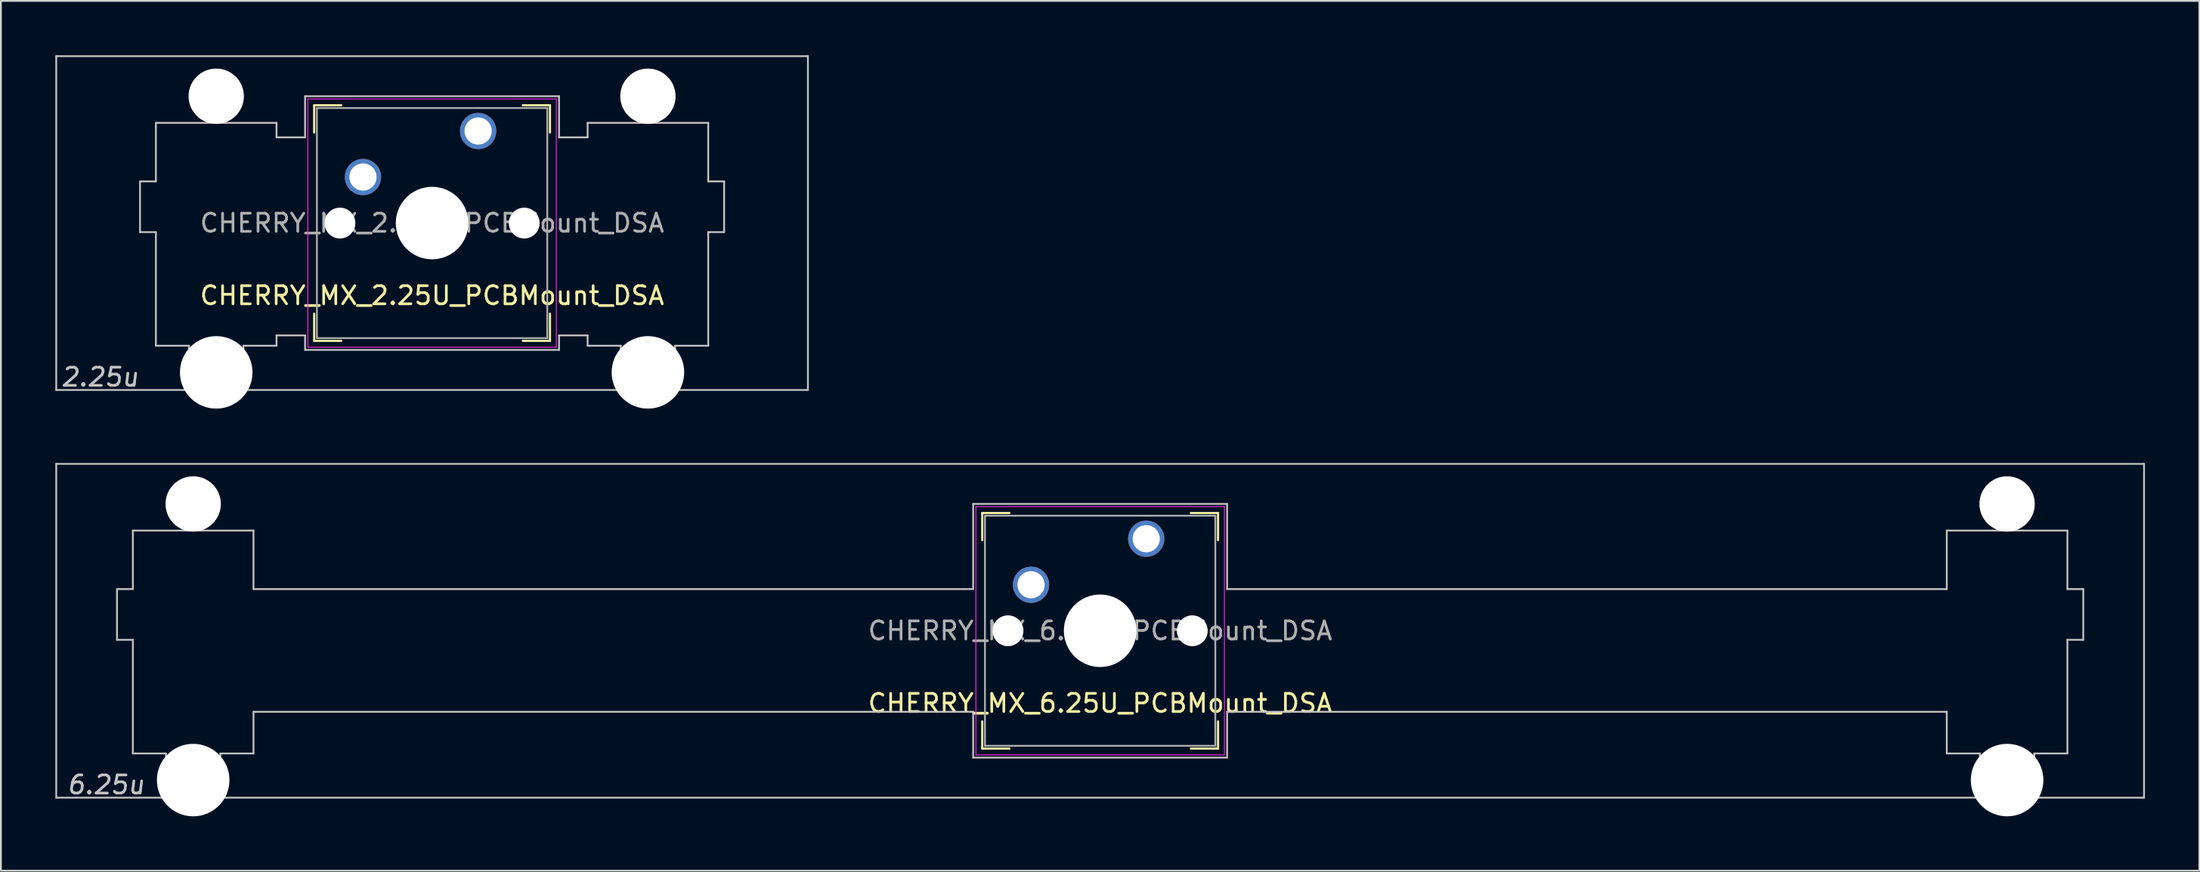
<source format=kicad_pcb>
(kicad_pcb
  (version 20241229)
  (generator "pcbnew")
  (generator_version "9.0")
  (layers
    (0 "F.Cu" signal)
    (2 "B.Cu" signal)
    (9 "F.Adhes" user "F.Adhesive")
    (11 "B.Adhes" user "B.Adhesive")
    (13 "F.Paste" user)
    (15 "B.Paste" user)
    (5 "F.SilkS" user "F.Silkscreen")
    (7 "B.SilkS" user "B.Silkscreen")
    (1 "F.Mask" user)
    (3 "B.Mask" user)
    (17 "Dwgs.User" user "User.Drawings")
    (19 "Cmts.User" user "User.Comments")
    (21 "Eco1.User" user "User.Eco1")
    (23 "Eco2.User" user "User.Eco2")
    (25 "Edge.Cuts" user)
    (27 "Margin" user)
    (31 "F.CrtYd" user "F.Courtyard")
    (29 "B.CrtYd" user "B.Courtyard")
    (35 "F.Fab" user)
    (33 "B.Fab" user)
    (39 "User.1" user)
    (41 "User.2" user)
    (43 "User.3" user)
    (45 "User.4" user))
  (footprint "CHERRY_MX_6.25U_PCBMount_DSA"
    (layer "F.Cu")
    (at 57.6 31.76)
    (property "Reference" "CHERRY_MX_6.25U_PCBMount_DSA" (at 0 4 0) (layer "F.SilkS") (effects (font (size 1 1) (thickness 0.15))))
    (attr through_hole)
    (fp_line (start -6.5 -6.5) (end -6.5 -5) (stroke (width 0.12) (type solid)) (layer "F.SilkS"))
    (fp_line (start -6.5 6.5) (end -6.5 5) (stroke (width 0.12) (type solid)) (layer "F.SilkS"))
    (fp_line (start -5 -6.5) (end -6.5 -6.5) (stroke (width 0.12) (type solid)) (layer "F.SilkS"))
    (fp_line (start -5 6.5) (end -6.5 6.5) (stroke (width 0.12) (type solid)) (layer "F.SilkS"))
    (fp_line (start 6.5 -6.5) (end 5 -6.5) (stroke (width 0.12) (type solid)) (layer "F.SilkS"))
    (fp_line (start 6.5 -6.5) (end 6.5 -5) (stroke (width 0.12) (type solid)) (layer "F.SilkS"))
    (fp_line (start 6.5 5) (end 6.5 6.5) (stroke (width 0.12) (type solid)) (layer "F.SilkS"))
    (fp_line (start 6.5 6.5) (end 5 6.5) (stroke (width 0.12) (type solid)) (layer "F.SilkS"))
    (fp_line (start -57.55 -9.21) (end -57.55 9.21) (stroke (width 0.1) (type solid)) (layer "Dwgs.User"))
    (fp_line (start -57.55 -9.21) (end 57.55 -9.21) (stroke (width 0.1) (type solid)) (layer "Dwgs.User"))
    (fp_line (start -57.55 9.21) (end 57.55 9.21) (stroke (width 0.1) (type solid)) (layer "Dwgs.User"))
    (fp_line (start -54.2 -2.3) (end -54.2 0.5) (stroke (width 0.1) (type solid)) (layer "Dwgs.User"))
    (fp_line (start -54.2 -2.3) (end -53.325 -2.3) (stroke (width 0.1) (type solid)) (layer "Dwgs.User"))
    (fp_line (start -54.2 0.5) (end -53.325 0.5) (stroke (width 0.1) (type solid)) (layer "Dwgs.User"))
    (fp_line (start -53.325 -2.3) (end -53.325 -5.53) (stroke (width 0.1) (type solid)) (layer "Dwgs.User"))
    (fp_line (start -53.325 0.5) (end -53.325 6.77) (stroke (width 0.1) (type solid)) (layer "Dwgs.User"))
    (fp_line (start -53.325 6.77) (end -51.5 6.77) (stroke (width 0.1) (type solid)) (layer "Dwgs.User"))
    (fp_line (start -51.5 7.97) (end -51.5 6.77) (stroke (width 0.1) (type solid)) (layer "Dwgs.User"))
    (fp_line (start -51.5 7.97) (end -48.5 7.97) (stroke (width 0.1) (type solid)) (layer "Dwgs.User"))
    (fp_line (start -48.5 6.77) (end -46.675 6.77) (stroke (width 0.1) (type solid)) (layer "Dwgs.User"))
    (fp_line (start -48.5 7.97) (end -48.5 6.77) (stroke (width 0.1) (type solid)) (layer "Dwgs.User"))
    (fp_line (start -46.675 -5.53) (end -53.325 -5.53) (stroke (width 0.1) (type solid)) (layer "Dwgs.User"))
    (fp_line (start -46.675 -2.3) (end -46.675 -5.53) (stroke (width 0.1) (type solid)) (layer "Dwgs.User"))
    (fp_line (start -46.675 4.47) (end -46.675 6.77) (stroke (width 0.1) (type solid)) (layer "Dwgs.User"))
    (fp_line (start -7 -7) (end -7 -2.3) (stroke (width 0.1) (type solid)) (layer "Dwgs.User"))
    (fp_line (start -7 -7) (end 7 -7) (stroke (width 0.1) (type solid)) (layer "Dwgs.User"))
    (fp_line (start -7 -2.3) (end -46.675 -2.3) (stroke (width 0.1) (type solid)) (layer "Dwgs.User"))
    (fp_line (start -7 4.47) (end -46.675 4.47) (stroke (width 0.1) (type solid)) (layer "Dwgs.User"))
    (fp_line (start -7 7) (end -7 4.47) (stroke (width 0.1) (type solid)) (layer "Dwgs.User"))
    (fp_line (start -7 7) (end 7 7) (stroke (width 0.1) (type solid)) (layer "Dwgs.User"))
    (fp_line (start 7 -7) (end 7 -2.3) (stroke (width 0.1) (type solid)) (layer "Dwgs.User"))
    (fp_line (start 7 7) (end 7 4.47) (stroke (width 0.1) (type solid)) (layer "Dwgs.User"))
    (fp_line (start 46.675 -5.53) (end 46.675 -2.3) (stroke (width 0.1) (type solid)) (layer "Dwgs.User"))
    (fp_line (start 46.675 -5.53) (end 53.325 -5.53) (stroke (width 0.1) (type solid)) (layer "Dwgs.User"))
    (fp_line (start 46.675 -2.3) (end 7 -2.3) (stroke (width 0.1) (type solid)) (layer "Dwgs.User"))
    (fp_line (start 46.675 4.47) (end 7 4.47) (stroke (width 0.1) (type solid)) (layer "Dwgs.User"))
    (fp_line (start 46.675 4.47) (end 46.675 6.77) (stroke (width 0.1) (type solid)) (layer "Dwgs.User"))
    (fp_line (start 48.5 6.77) (end 46.675 6.77) (stroke (width 0.1) (type solid)) (layer "Dwgs.User"))
    (fp_line (start 48.5 7.97) (end 48.5 6.77) (stroke (width 0.1) (type solid)) (layer "Dwgs.User"))
    (fp_line (start 48.5 7.97) (end 51.5 7.97) (stroke (width 0.1) (type solid)) (layer "Dwgs.User"))
    (fp_line (start 51.5 6.77) (end 53.325 6.77) (stroke (width 0.1) (type solid)) (layer "Dwgs.User"))
    (fp_line (start 51.5 7.97) (end 51.5 6.77) (stroke (width 0.1) (type solid)) (layer "Dwgs.User"))
    (fp_line (start 53.325 -2.3) (end 53.325 -5.53) (stroke (width 0.1) (type solid)) (layer "Dwgs.User"))
    (fp_line (start 53.325 0.5) (end 53.325 6.77) (stroke (width 0.1) (type solid)) (layer "Dwgs.User"))
    (fp_line (start 54.2 -2.3) (end 53.325 -2.3) (stroke (width 0.1) (type solid)) (layer "Dwgs.User"))
    (fp_line (start 54.2 0.5) (end 53.325 0.5) (stroke (width 0.1) (type solid)) (layer "Dwgs.User"))
    (fp_line (start 54.2 0.5) (end 54.2 -2.3) (stroke (width 0.1) (type solid)) (layer "Dwgs.User"))
    (fp_line (start 57.55 9.21) (end 57.55 -9.21) (stroke (width 0.1) (type solid)) (layer "Dwgs.User"))
    (fp_line (start -6.85 -6.85) (end -6.85 6.85) (stroke (width 0.05) (type solid)) (layer "F.CrtYd"))
    (fp_line (start -6.85 -6.85) (end 6.85 -6.85) (stroke (width 0.05) (type solid)) (layer "F.CrtYd"))
    (fp_line (start -6.85 6.85) (end 6.85 6.85) (stroke (width 0.05) (type solid)) (layer "F.CrtYd"))
    (fp_line (start 6.85 6.85) (end 6.85 -6.85) (stroke (width 0.05) (type solid)) (layer "F.CrtYd"))
    (fp_line (start -6.35 -6.35) (end -6.35 6.35) (stroke (width 0.1) (type solid)) (layer "F.Fab"))
    (fp_line (start -6.35 -6.35) (end 6.35 -6.35) (stroke (width 0.1) (type solid)) (layer "F.Fab"))
    (fp_line (start -6.35 6.35) (end 6.35 6.35) (stroke (width 0.1) (type solid)) (layer "F.Fab"))
    (fp_line (start 6.35 -6.35) (end 6.35 6.35) (stroke (width 0.1) (type solid)) (layer "F.Fab"))
    (fp_text user "6.25u" (at -54.8 8.5 0) (layer "Dwgs.User") (effects (font (size 1 1) (thickness 0.15) (italic yes))))
    (fp_text user "${REFERENCE}" (at 0 0 0) (layer "F.Fab") (effects (font (size 1 1) (thickness 0.15))))
    (pad "" np_thru_hole circle (at -50 -7) (size 3.05 3.05) (drill 3.05) (layers "*.Cu" "*.Mask"))
    (pad "" np_thru_hole circle (at -50 8.24) (size 4 4) (drill 4) (layers "*.Cu" "*.Mask"))
    (pad "" np_thru_hole circle (at -5.08 0) (size 1.7 1.7) (drill 1.7) (layers "*.Cu" "*.Mask"))
    (pad "" np_thru_hole circle (at 0 0) (size 4 4) (drill 4) (layers "*.Cu" "*.Mask"))
    (pad "" np_thru_hole circle (at 5.08 0) (size 1.7 1.7) (drill 1.7) (layers "*.Cu" "*.Mask"))
    (pad "" np_thru_hole circle (at 50 -7) (size 3.05 3.05) (drill 3.05) (layers "*.Cu" "*.Mask"))
    (pad "" np_thru_hole circle (at 50 8.24) (size 4 4) (drill 4) (layers "*.Cu" "*.Mask"))
    (pad "1" thru_hole circle (at -3.81 -2.54) (size 2 2) (drill 1.5) (layers "*.Cu" "*.Mask"))
    (pad "2" thru_hole circle (at 2.54 -5.08) (size 2 2) (drill 1.5) (layers "*.Cu" "*.Mask")))
  (footprint "CHERRY_MX_2.25U_PCBMount_DSA"
    (layer "F.Cu")
    (at 20.77 9.26)
    (property "Reference" "CHERRY_MX_2.25U_PCBMount_DSA" (at 0 4 0) (layer "F.SilkS") (effects (font (size 1 1) (thickness 0.15))))
    (attr through_hole)
    (fp_line (start -6.5 -6.5) (end -6.5 -5) (stroke (width 0.12) (type solid)) (layer "F.SilkS"))
    (fp_line (start -6.5 6.5) (end -6.5 5) (stroke (width 0.12) (type solid)) (layer "F.SilkS"))
    (fp_line (start -5 -6.5) (end -6.5 -6.5) (stroke (width 0.12) (type solid)) (layer "F.SilkS"))
    (fp_line (start -5 6.5) (end -6.5 6.5) (stroke (width 0.12) (type solid)) (layer "F.SilkS"))
    (fp_line (start 6.5 -6.5) (end 5 -6.5) (stroke (width 0.12) (type solid)) (layer "F.SilkS"))
    (fp_line (start 6.5 -6.5) (end 6.5 -5) (stroke (width 0.12) (type solid)) (layer "F.SilkS"))
    (fp_line (start 6.5 5) (end 6.5 6.5) (stroke (width 0.12) (type solid)) (layer "F.SilkS"))
    (fp_line (start 6.5 6.5) (end 5 6.5) (stroke (width 0.12) (type solid)) (layer "F.SilkS"))
    (fp_line (start -20.72 -9.21) (end -20.72 9.21) (stroke (width 0.1) (type solid)) (layer "Dwgs.User"))
    (fp_line (start -20.72 -9.21) (end 20.72 -9.21) (stroke (width 0.1) (type solid)) (layer "Dwgs.User"))
    (fp_line (start -20.72 9.21) (end 20.72 9.21) (stroke (width 0.1) (type solid)) (layer "Dwgs.User"))
    (fp_line (start -16.1 -2.3) (end -16.1 0.5) (stroke (width 0.1) (type solid)) (layer "Dwgs.User"))
    (fp_line (start -16.1 -2.3) (end -15.225 -2.3) (stroke (width 0.1) (type solid)) (layer "Dwgs.User"))
    (fp_line (start -16.1 0.5) (end -15.225 0.5) (stroke (width 0.1) (type solid)) (layer "Dwgs.User"))
    (fp_line (start -15.225 -5.53) (end -8.575 -5.53) (stroke (width 0.1) (type solid)) (layer "Dwgs.User"))
    (fp_line (start -15.225 -2.3) (end -15.225 -5.53) (stroke (width 0.1) (type solid)) (layer "Dwgs.User"))
    (fp_line (start -15.225 0.5) (end -15.225 6.77) (stroke (width 0.1) (type solid)) (layer "Dwgs.User"))
    (fp_line (start -15.225 6.77) (end -13.4 6.77) (stroke (width 0.1) (type solid)) (layer "Dwgs.User"))
    (fp_line (start -13.4 7.97) (end -13.4 6.77) (stroke (width 0.1) (type solid)) (layer "Dwgs.User"))
    (fp_line (start -13.4 7.97) (end -10.4 7.97) (stroke (width 0.1) (type solid)) (layer "Dwgs.User"))
    (fp_line (start -10.4 6.77) (end -8.575 6.77) (stroke (width 0.1) (type solid)) (layer "Dwgs.User"))
    (fp_line (start -10.4 7.97) (end -10.4 6.77) (stroke (width 0.1) (type solid)) (layer "Dwgs.User"))
    (fp_line (start -8.575 -5.53) (end -8.575 -4.73) (stroke (width 0.1) (type solid)) (layer "Dwgs.User"))
    (fp_line (start -8.575 -4.73) (end -7 -4.73) (stroke (width 0.1) (type solid)) (layer "Dwgs.User"))
    (fp_line (start -8.575 6.2) (end -8.575 6.77) (stroke (width 0.1) (type solid)) (layer "Dwgs.User"))
    (fp_line (start -7 -7) (end -7 -4.73) (stroke (width 0.1) (type solid)) (layer "Dwgs.User"))
    (fp_line (start -7 -7) (end 7 -7) (stroke (width 0.1) (type solid)) (layer "Dwgs.User"))
    (fp_line (start -7 6.2) (end -8.575 6.2) (stroke (width 0.1) (type solid)) (layer "Dwgs.User"))
    (fp_line (start -7 7) (end -7 6.2) (stroke (width 0.1) (type solid)) (layer "Dwgs.User"))
    (fp_line (start -7 7) (end 7 7) (stroke (width 0.1) (type solid)) (layer "Dwgs.User"))
    (fp_line (start 7 -7) (end 7 -4.73) (stroke (width 0.1) (type solid)) (layer "Dwgs.User"))
    (fp_line (start 7 6.2) (end 8.575 6.2) (stroke (width 0.1) (type solid)) (layer "Dwgs.User"))
    (fp_line (start 7 7) (end 7 6.2) (stroke (width 0.1) (type solid)) (layer "Dwgs.User"))
    (fp_line (start 8.575 -5.53) (end 8.575 -4.73) (stroke (width 0.1) (type solid)) (layer "Dwgs.User"))
    (fp_line (start 8.575 -4.73) (end 7 -4.73) (stroke (width 0.1) (type solid)) (layer "Dwgs.User"))
    (fp_line (start 8.575 6.2) (end 8.575 6.77) (stroke (width 0.1) (type solid)) (layer "Dwgs.User"))
    (fp_line (start 10.4 6.77) (end 8.575 6.77) (stroke (width 0.1) (type solid)) (layer "Dwgs.User"))
    (fp_line (start 10.4 7.97) (end 10.4 6.77) (stroke (width 0.1) (type solid)) (layer "Dwgs.User"))
    (fp_line (start 13.4 7.97) (end 10.4 7.97) (stroke (width 0.1) (type solid)) (layer "Dwgs.User"))
    (fp_line (start 13.4 7.97) (end 13.4 6.77) (stroke (width 0.1) (type solid)) (layer "Dwgs.User"))
    (fp_line (start 15.225 -5.53) (end 8.575 -5.53) (stroke (width 0.1) (type solid)) (layer "Dwgs.User"))
    (fp_line (start 15.225 -2.3) (end 15.225 -5.53) (stroke (width 0.1) (type solid)) (layer "Dwgs.User"))
    (fp_line (start 15.225 0.5) (end 15.225 6.77) (stroke (width 0.1) (type solid)) (layer "Dwgs.User"))
    (fp_line (start 15.225 6.77) (end 13.4 6.77) (stroke (width 0.1) (type solid)) (layer "Dwgs.User"))
    (fp_line (start 16.1 -2.3) (end 15.225 -2.3) (stroke (width 0.1) (type solid)) (layer "Dwgs.User"))
    (fp_line (start 16.1 0.5) (end 15.225 0.5) (stroke (width 0.1) (type solid)) (layer "Dwgs.User"))
    (fp_line (start 16.1 0.5) (end 16.1 -2.3) (stroke (width 0.1) (type solid)) (layer "Dwgs.User"))
    (fp_line (start 20.72 9.21) (end 20.72 -9.21) (stroke (width 0.1) (type solid)) (layer "Dwgs.User"))
    (fp_line (start -6.85 -6.85) (end -6.85 6.85) (stroke (width 0.05) (type solid)) (layer "F.CrtYd"))
    (fp_line (start -6.85 -6.85) (end 6.85 -6.85) (stroke (width 0.05) (type solid)) (layer "F.CrtYd"))
    (fp_line (start -6.85 6.85) (end 6.85 6.85) (stroke (width 0.05) (type solid)) (layer "F.CrtYd"))
    (fp_line (start 6.85 6.85) (end 6.85 -6.85) (stroke (width 0.05) (type solid)) (layer "F.CrtYd"))
    (fp_line (start -6.35 -6.35) (end -6.35 6.35) (stroke (width 0.1) (type solid)) (layer "F.Fab"))
    (fp_line (start -6.35 -6.35) (end 6.35 -6.35) (stroke (width 0.1) (type solid)) (layer "F.Fab"))
    (fp_line (start -6.35 6.35) (end 6.35 6.35) (stroke (width 0.1) (type solid)) (layer "F.Fab"))
    (fp_line (start 6.35 -6.35) (end 6.35 6.35) (stroke (width 0.1) (type solid)) (layer "F.Fab"))
    (fp_text user "2.25u" (at -18.3 8.5 0) (layer "Dwgs.User") (effects (font (size 1 1) (thickness 0.15) (italic yes))))
    (fp_text user "${REFERENCE}" (at 0 0 0) (layer "F.Fab") (effects (font (size 1 1) (thickness 0.15))))
    (pad "" np_thru_hole circle (at -11.9 -7) (size 3.05 3.05) (drill 3.05) (layers "*.Cu" "*.Mask"))
    (pad "" np_thru_hole circle (at -11.9 8.24) (size 4 4) (drill 4) (layers "*.Cu" "*.Mask"))
    (pad "" np_thru_hole circle (at -5.08 0) (size 1.7 1.7) (drill 1.7) (layers "*.Cu" "*.Mask"))
    (pad "" np_thru_hole circle (at 0 0) (size 4 4) (drill 4) (layers "*.Cu" "*.Mask"))
    (pad "" np_thru_hole circle (at 5.08 0) (size 1.7 1.7) (drill 1.7) (layers "*.Cu" "*.Mask"))
    (pad "" np_thru_hole circle (at 11.9 -7) (size 3.05 3.05) (drill 3.05) (layers "*.Cu" "*.Mask"))
    (pad "" np_thru_hole circle (at 11.9 8.24) (size 4 4) (drill 4) (layers "*.Cu" "*.Mask"))
    (pad "1" thru_hole circle (at -3.81 -2.54) (size 2 2) (drill 1.5) (layers "*.Cu" "*.Mask"))
    (pad "2" thru_hole circle (at 2.54 -5.08) (size 2 2) (drill 1.5) (layers "*.Cu" "*.Mask")))
  (gr_rect
    (start -3 -3)
    (end 118.2 45)
    (stroke (width 0.1) (type default))
    (fill no)
    (layer "Edge.Cuts")))
</source>
